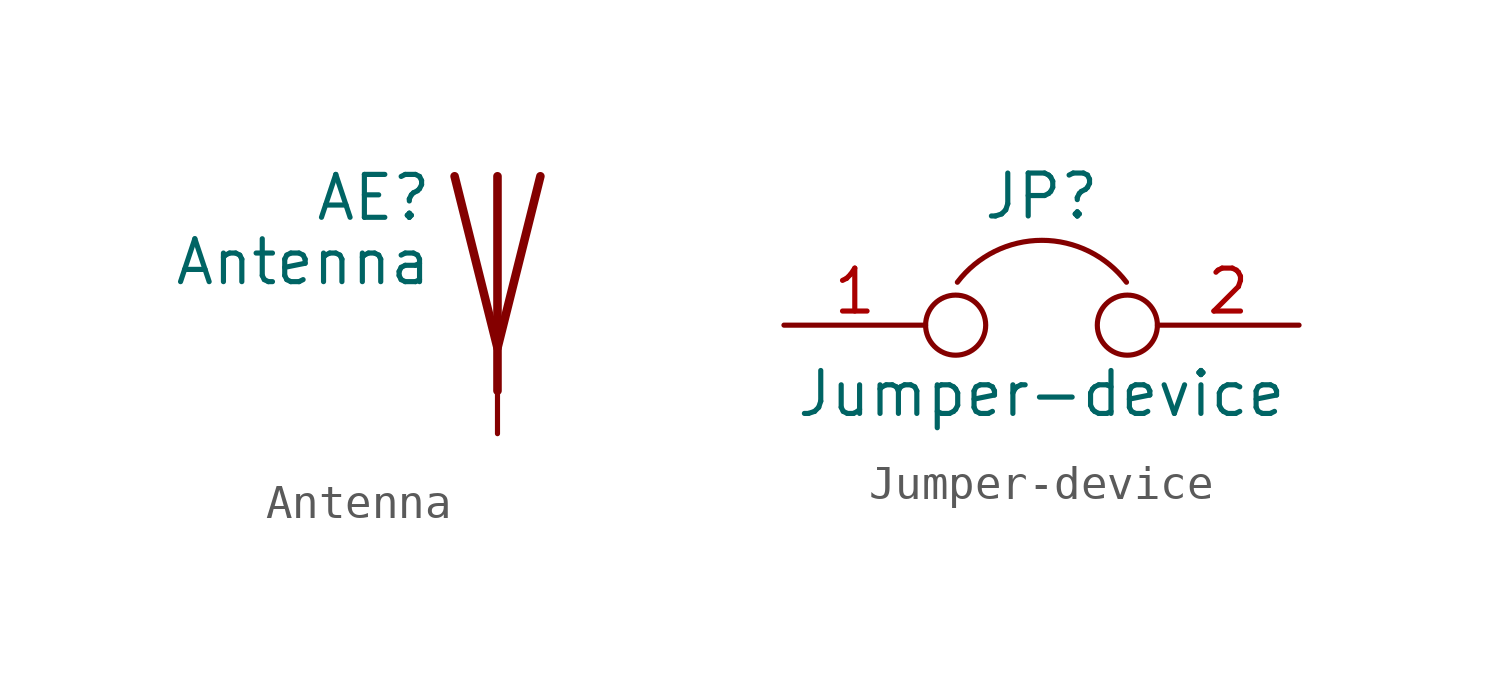
<source format=kicad_sym>
(kicad_symbol_lib
  (version 20241209)
  (generator "kicad_symbol_editor")
  (generator_version "9.0")
  (symbol "Antenna"
    (pin_numbers
      (hide yes))
    (pin_names
      (offset 1.016)
      (hide yes))
    (property "Reference" "AE"
      (at -1.905 1.905 0)
      (effects (font (size 1.27 1.27)) (justify right)))
    (property "Value" "Antenna"
      (at -1.905 0 0)
      (effects (font (size 1.27 1.27)) (justify right)))
    (symbol "Antenna_0_1"
      (polyline (pts (xy 0 2.54) (xy 0 -3.81)) (stroke (width 0.254) (type default)) (fill (type none)))
      (polyline (pts (xy 1.27 2.54) (xy 0 -2.54) (xy -1.27 2.54)) (stroke (width 0.254) (type default)) (fill (type none))))
    (symbol "Antenna_1_1"
      (pin input line (at 0 -5.08 90) (length 2.54) (name "A" (effects (font (size 1.27 1.27)))) (number "1" (effects (font (size 1.27 1.27)))))))
  (symbol "Jumper-device"
    (pin_names
      (offset 0.762)
      (hide yes))
    (property "Reference" "JP"
      (at 0 3.81 0)
      (effects (font (size 1.27 1.27))))
    (property "Value" "Jumper-device"
      (at 0 -2.032 0)
      (effects (font (size 1.27 1.27))))
    (symbol "Jumper-device_0_1"
      (circle (center -2.54 0) (radius 0.889) (stroke (width 0) (type default)) (fill (type none)))
      (arc (start -2.4892 1.27) (mid 0.0127 2.5097) (end 2.5146 1.27) (stroke (width 0) (type default)) (fill (type none)))
      (circle (center 2.54 0) (radius 0.889) (stroke (width 0) (type default)) (fill (type none)))
      (pin passive line (at -7.62 0 0) (length 4.191) (name "1" (effects (font (size 1.27 1.27)))) (number "1" (effects (font (size 1.27 1.27)))))
      (pin passive line (at 7.62 0 180) (length 4.191) (name "2" (effects (font (size 1.27 1.27)))) (number "2" (effects (font (size 1.27 1.27))))))))
</source>
